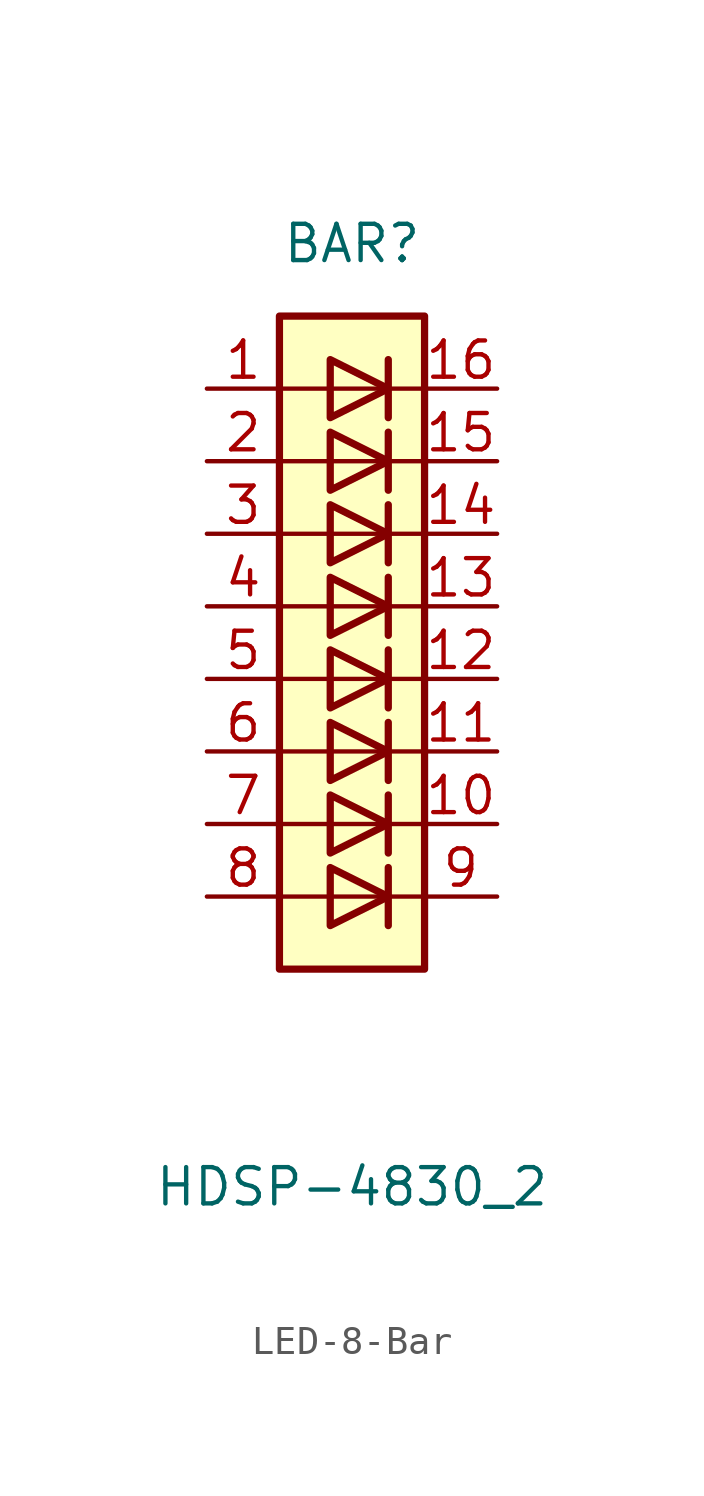
<source format=kicad_sym>
(kicad_symbol_lib
  (version 20231120)
  (generator "kicad_symbol_editor")
  (generator_version "8.0")
  (symbol "LED-8-Bar"
    (pin_names
      (offset 1.016) hide)
    (property "Reference" "BAR"
      (at 0 15.24 0)
      (effects (font (size 1.27 1.27))))
    (property "Value" "HDSP-4830_2"
      (at 0 -17.78 0)
      (effects (font (size 1.27 1.27))))
    (symbol "LED-8-Bar_0_1"
      (rectangle (start -2.54 12.7) (end 2.54 -10.16) (stroke (width 0.254) (type default)) (fill (type background)))
      (polyline (pts (xy -2.54 -7.62) (xy 2.54 -7.62)) (stroke (width 0) (type default)) (fill (type none)))
      (polyline (pts (xy -2.54 -5.08) (xy 2.54 -5.08)) (stroke (width 0) (type default)) (fill (type none)))
      (polyline (pts (xy -2.54 0) (xy 2.54 0)) (stroke (width 0) (type default)) (fill (type none)))
      (polyline (pts (xy -2.54 5.08) (xy 2.54 5.08)) (stroke (width 0) (type default)) (fill (type none)))
      (polyline (pts (xy -2.54 7.62) (xy 2.54 7.62)) (stroke (width 0) (type default)) (fill (type none)))
      (polyline (pts (xy -2.54 10.16) (xy 2.54 10.16)) (stroke (width 0) (type default)) (fill (type none)))
      (polyline (pts (xy 1.27 -6.604) (xy 1.27 -8.636)) (stroke (width 0.254) (type default)) (fill (type none)))
      (polyline (pts (xy 1.27 -4.064) (xy 1.27 -6.096)) (stroke (width 0.254) (type default)) (fill (type none)))
      (polyline (pts (xy 1.27 -1.524) (xy 1.27 -3.556)) (stroke (width 0.254) (type default)) (fill (type none)))
      (polyline (pts (xy 1.27 1.016) (xy 1.27 -1.016)) (stroke (width 0.254) (type default)) (fill (type none)))
      (polyline (pts (xy 1.27 3.556) (xy 1.27 1.524)) (stroke (width 0.254) (type default)) (fill (type none)))
      (polyline (pts (xy 1.27 6.096) (xy 1.27 4.064)) (stroke (width 0.254) (type default)) (fill (type none)))
      (polyline (pts (xy 1.27 8.636) (xy 1.27 6.604)) (stroke (width 0.254) (type default)) (fill (type none)))
      (polyline (pts (xy 1.27 11.176) (xy 1.27 9.144)) (stroke (width 0.254) (type default)) (fill (type none)))
      (polyline (pts (xy 2.54 -2.54) (xy -2.54 -2.54)) (stroke (width 0) (type default)) (fill (type none)))
      (polyline (pts (xy 2.54 2.54) (xy -2.54 2.54)) (stroke (width 0) (type default)) (fill (type none)))
      (polyline (pts (xy -0.762 -6.604) (xy -0.762 -8.636) (xy 1.27 -7.62) (xy -0.762 -6.604)) (stroke (width 0.254) (type default)) (fill (type none)))
      (polyline (pts (xy -0.762 -4.064) (xy -0.762 -6.096) (xy 1.27 -5.08) (xy -0.762 -4.064)) (stroke (width 0.254) (type default)) (fill (type none)))
      (polyline (pts (xy -0.762 -1.524) (xy -0.762 -3.556) (xy 1.27 -2.54) (xy -0.762 -1.524)) (stroke (width 0.254) (type default)) (fill (type none)))
      (polyline (pts (xy -0.762 1.016) (xy -0.762 -1.016) (xy 1.27 0) (xy -0.762 1.016)) (stroke (width 0.254) (type default)) (fill (type none)))
      (polyline (pts (xy -0.762 3.556) (xy -0.762 1.524) (xy 1.27 2.54) (xy -0.762 3.556)) (stroke (width 0.254) (type default)) (fill (type none)))
      (polyline (pts (xy -0.762 6.096) (xy -0.762 4.064) (xy 1.27 5.08) (xy -0.762 6.096)) (stroke (width 0.254) (type default)) (fill (type none)))
      (polyline (pts (xy -0.762 8.636) (xy -0.762 6.604) (xy 1.27 7.62) (xy -0.762 8.636)) (stroke (width 0.254) (type default)) (fill (type none)))
      (polyline (pts (xy -0.762 11.176) (xy -0.762 9.144) (xy 1.27 10.16) (xy -0.762 11.176)) (stroke (width 0.254) (type default)) (fill (type none))))
    (symbol "LED-8-Bar_1_1"
      (pin passive line (at -5.08 10.16 0) (length 2.54) (name "A" (effects (font (size 1.27 1.27)))) (number "1" (effects (font (size 1.27 1.27)))))
      (pin passive line (at 5.08 -5.08 180) (length 2.54) (name "A" (effects (font (size 1.27 1.27)))) (number "10" (effects (font (size 1.27 1.27)))))
      (pin passive line (at 5.08 -2.54 180) (length 2.54) (name "K" (effects (font (size 1.27 1.27)))) (number "11" (effects (font (size 1.27 1.27)))))
      (pin passive line (at 5.08 0 180) (length 2.54) (name "K" (effects (font (size 1.27 1.27)))) (number "12" (effects (font (size 1.27 1.27)))))
      (pin passive line (at 5.08 2.54 180) (length 2.54) (name "K" (effects (font (size 1.27 1.27)))) (number "13" (effects (font (size 1.27 1.27)))))
      (pin passive line (at 5.08 5.08 180) (length 2.54) (name "K" (effects (font (size 1.27 1.27)))) (number "14" (effects (font (size 1.27 1.27)))))
      (pin passive line (at 5.08 7.62 180) (length 2.54) (name "K" (effects (font (size 1.27 1.27)))) (number "15" (effects (font (size 1.27 1.27)))))
      (pin passive line (at 5.08 10.16 180) (length 2.54) (name "K" (effects (font (size 1.27 1.27)))) (number "16" (effects (font (size 1.27 1.27)))))
      (pin passive line (at -5.08 7.62 0) (length 2.54) (name "A" (effects (font (size 1.27 1.27)))) (number "2" (effects (font (size 1.27 1.27)))))
      (pin passive line (at -5.08 5.08 0) (length 2.54) (name "A" (effects (font (size 1.27 1.27)))) (number "3" (effects (font (size 1.27 1.27)))))
      (pin passive line (at -5.08 2.54 0) (length 2.54) (name "A" (effects (font (size 1.27 1.27)))) (number "4" (effects (font (size 1.27 1.27)))))
      (pin passive line (at -5.08 0 0) (length 2.54) (name "A" (effects (font (size 1.27 1.27)))) (number "5" (effects (font (size 1.27 1.27)))))
      (pin passive line (at -5.08 -2.54 0) (length 2.54) (name "A" (effects (font (size 1.27 1.27)))) (number "6" (effects (font (size 1.27 1.27)))))
      (pin passive line (at -5.08 -5.08 0) (length 2.54) (name "A" (effects (font (size 1.27 1.27)))) (number "7" (effects (font (size 1.27 1.27)))))
      (pin passive line (at -5.08 -7.62 0) (length 2.54) (name "A" (effects (font (size 1.27 1.27)))) (number "8" (effects (font (size 1.27 1.27)))))
      (pin passive line (at 5.08 -7.62 180) (length 2.54) (name "A" (effects (font (size 1.27 1.27)))) (number "9" (effects (font (size 1.27 1.27))))))))
</source>
